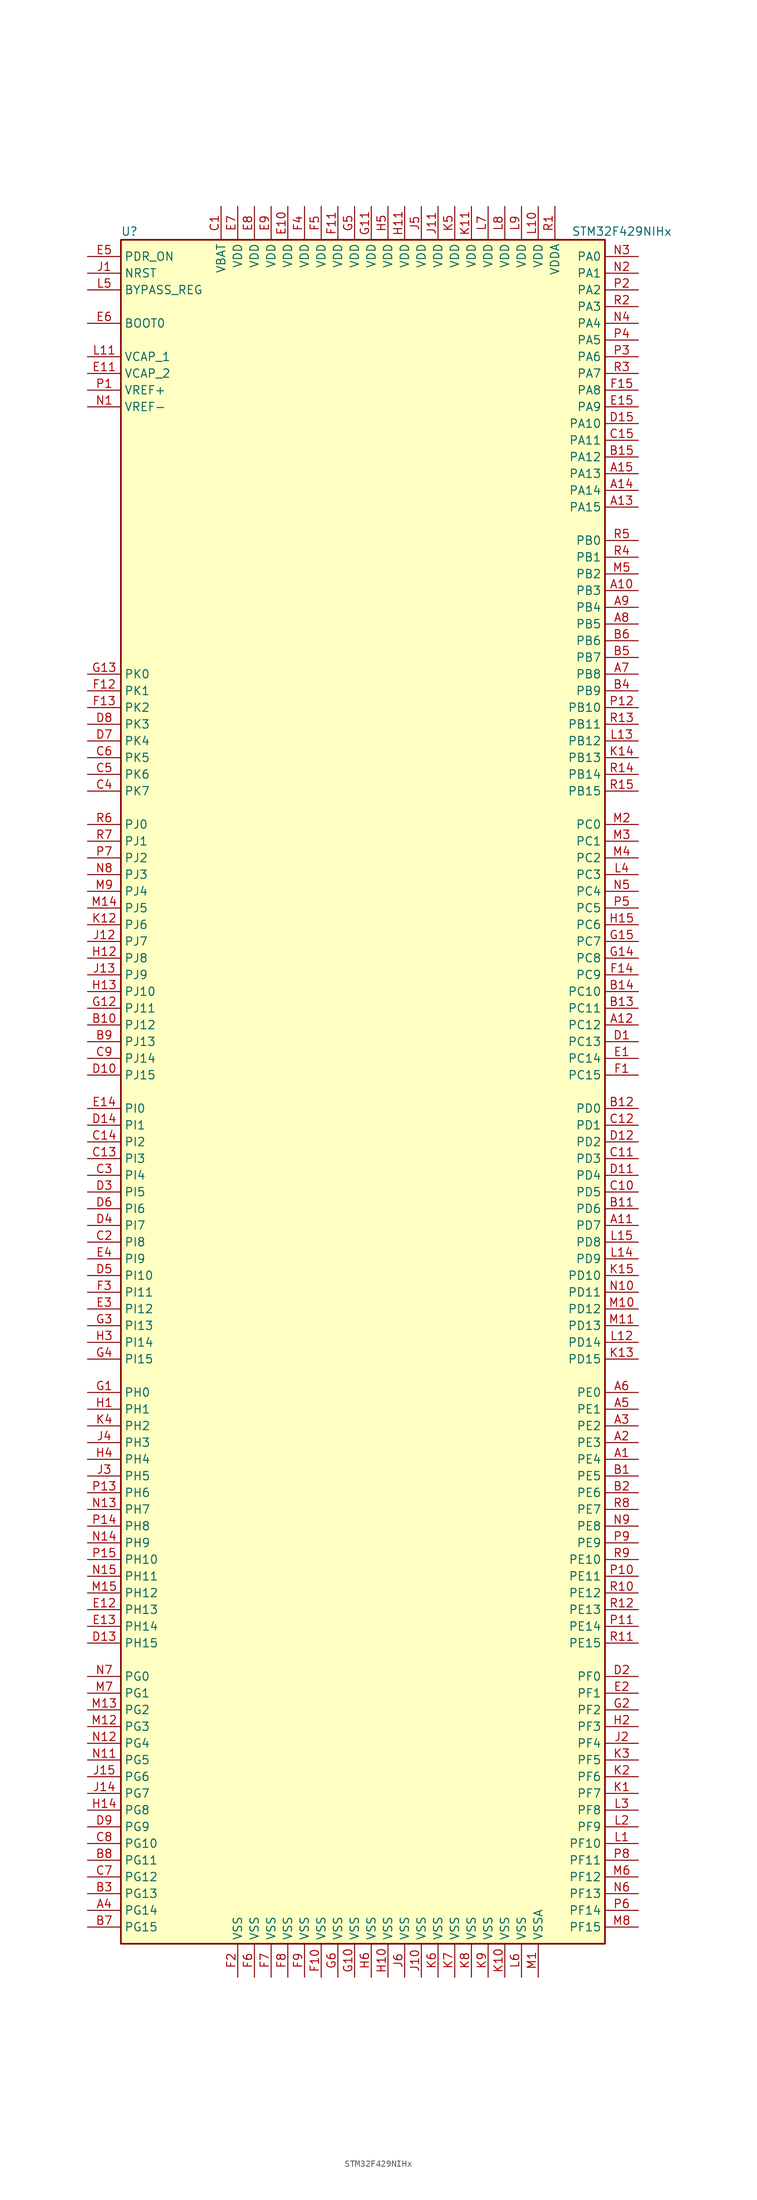
<source format=kicad_sym>
(kicad_symbol_lib
  (version 20201005)
  (generator kicad_symbol_editor)
  (symbol "STM32F429NIHx"
    (property "Reference" "U"
      (at -38.1 130.81 0)
      (effects (font (size 1.27 1.27)) (justify left)))
    (property "Value" "STM32F429NIHx"
      (at 30.48 130.81 0)
      (effects (font (size 1.27 1.27)) (justify left)))
    (symbol "STM32F429NIHx_0_1"
      (rectangle (start -38.1 -129.54) (end 35.56 129.54) (stroke (width 0.254)) (fill (type background))))
    (symbol "STM32F429NIHx_1_1"
      (pin input line (at -43.18 116.84 0) (length 5.08) (name "BOOT0" (effects (font (size 1.27 1.27)))) (number "E6" (effects (font (size 1.27 1.27)))))
      (pin input line (at -43.18 121.92 0) (length 5.08) (name "BYPASS_REG" (effects (font (size 1.27 1.27)))) (number "L5" (effects (font (size 1.27 1.27)))))
      (pin input line (at -43.18 124.46 0) (length 5.08) (name "NRST" (effects (font (size 1.27 1.27)))) (number "J1" (effects (font (size 1.27 1.27)))))
      (pin bidirectional line (at 40.64 127 180) (length 5.08) (name "PA0" (effects (font (size 1.27 1.27)))) (number "N3" (effects (font (size 1.27 1.27)))))
      (pin bidirectional line (at 40.64 124.46 180) (length 5.08) (name "PA1" (effects (font (size 1.27 1.27)))) (number "N2" (effects (font (size 1.27 1.27)))))
      (pin bidirectional line (at 40.64 101.6 180) (length 5.08) (name "PA10" (effects (font (size 1.27 1.27)))) (number "D15" (effects (font (size 1.27 1.27)))))
      (pin bidirectional line (at 40.64 99.06 180) (length 5.08) (name "PA11" (effects (font (size 1.27 1.27)))) (number "C15" (effects (font (size 1.27 1.27)))))
      (pin bidirectional line (at 40.64 96.52 180) (length 5.08) (name "PA12" (effects (font (size 1.27 1.27)))) (number "B15" (effects (font (size 1.27 1.27)))))
      (pin bidirectional line (at 40.64 93.98 180) (length 5.08) (name "PA13" (effects (font (size 1.27 1.27)))) (number "A15" (effects (font (size 1.27 1.27)))))
      (pin bidirectional line (at 40.64 91.44 180) (length 5.08) (name "PA14" (effects (font (size 1.27 1.27)))) (number "A14" (effects (font (size 1.27 1.27)))))
      (pin bidirectional line (at 40.64 88.9 180) (length 5.08) (name "PA15" (effects (font (size 1.27 1.27)))) (number "A13" (effects (font (size 1.27 1.27)))))
      (pin bidirectional line (at 40.64 121.92 180) (length 5.08) (name "PA2" (effects (font (size 1.27 1.27)))) (number "P2" (effects (font (size 1.27 1.27)))))
      (pin bidirectional line (at 40.64 119.38 180) (length 5.08) (name "PA3" (effects (font (size 1.27 1.27)))) (number "R2" (effects (font (size 1.27 1.27)))))
      (pin bidirectional line (at 40.64 116.84 180) (length 5.08) (name "PA4" (effects (font (size 1.27 1.27)))) (number "N4" (effects (font (size 1.27 1.27)))))
      (pin bidirectional line (at 40.64 114.3 180) (length 5.08) (name "PA5" (effects (font (size 1.27 1.27)))) (number "P4" (effects (font (size 1.27 1.27)))))
      (pin bidirectional line (at 40.64 111.76 180) (length 5.08) (name "PA6" (effects (font (size 1.27 1.27)))) (number "P3" (effects (font (size 1.27 1.27)))))
      (pin bidirectional line (at 40.64 109.22 180) (length 5.08) (name "PA7" (effects (font (size 1.27 1.27)))) (number "R3" (effects (font (size 1.27 1.27)))))
      (pin bidirectional line (at 40.64 106.68 180) (length 5.08) (name "PA8" (effects (font (size 1.27 1.27)))) (number "F15" (effects (font (size 1.27 1.27)))))
      (pin bidirectional line (at 40.64 104.14 180) (length 5.08) (name "PA9" (effects (font (size 1.27 1.27)))) (number "E15" (effects (font (size 1.27 1.27)))))
      (pin bidirectional line (at 40.64 83.82 180) (length 5.08) (name "PB0" (effects (font (size 1.27 1.27)))) (number "R5" (effects (font (size 1.27 1.27)))))
      (pin bidirectional line (at 40.64 81.28 180) (length 5.08) (name "PB1" (effects (font (size 1.27 1.27)))) (number "R4" (effects (font (size 1.27 1.27)))))
      (pin bidirectional line (at 40.64 58.42 180) (length 5.08) (name "PB10" (effects (font (size 1.27 1.27)))) (number "P12" (effects (font (size 1.27 1.27)))))
      (pin bidirectional line (at 40.64 55.88 180) (length 5.08) (name "PB11" (effects (font (size 1.27 1.27)))) (number "R13" (effects (font (size 1.27 1.27)))))
      (pin bidirectional line (at 40.64 53.34 180) (length 5.08) (name "PB12" (effects (font (size 1.27 1.27)))) (number "L13" (effects (font (size 1.27 1.27)))))
      (pin bidirectional line (at 40.64 50.8 180) (length 5.08) (name "PB13" (effects (font (size 1.27 1.27)))) (number "K14" (effects (font (size 1.27 1.27)))))
      (pin bidirectional line (at 40.64 48.26 180) (length 5.08) (name "PB14" (effects (font (size 1.27 1.27)))) (number "R14" (effects (font (size 1.27 1.27)))))
      (pin bidirectional line (at 40.64 45.72 180) (length 5.08) (name "PB15" (effects (font (size 1.27 1.27)))) (number "R15" (effects (font (size 1.27 1.27)))))
      (pin bidirectional line (at 40.64 78.74 180) (length 5.08) (name "PB2" (effects (font (size 1.27 1.27)))) (number "M5" (effects (font (size 1.27 1.27)))))
      (pin bidirectional line (at 40.64 76.2 180) (length 5.08) (name "PB3" (effects (font (size 1.27 1.27)))) (number "A10" (effects (font (size 1.27 1.27)))))
      (pin bidirectional line (at 40.64 73.66 180) (length 5.08) (name "PB4" (effects (font (size 1.27 1.27)))) (number "A9" (effects (font (size 1.27 1.27)))))
      (pin bidirectional line (at 40.64 71.12 180) (length 5.08) (name "PB5" (effects (font (size 1.27 1.27)))) (number "A8" (effects (font (size 1.27 1.27)))))
      (pin bidirectional line (at 40.64 68.58 180) (length 5.08) (name "PB6" (effects (font (size 1.27 1.27)))) (number "B6" (effects (font (size 1.27 1.27)))))
      (pin bidirectional line (at 40.64 66.04 180) (length 5.08) (name "PB7" (effects (font (size 1.27 1.27)))) (number "B5" (effects (font (size 1.27 1.27)))))
      (pin bidirectional line (at 40.64 63.5 180) (length 5.08) (name "PB8" (effects (font (size 1.27 1.27)))) (number "A7" (effects (font (size 1.27 1.27)))))
      (pin bidirectional line (at 40.64 60.96 180) (length 5.08) (name "PB9" (effects (font (size 1.27 1.27)))) (number "B4" (effects (font (size 1.27 1.27)))))
      (pin bidirectional line (at 40.64 40.64 180) (length 5.08) (name "PC0" (effects (font (size 1.27 1.27)))) (number "M2" (effects (font (size 1.27 1.27)))))
      (pin bidirectional line (at 40.64 38.1 180) (length 5.08) (name "PC1" (effects (font (size 1.27 1.27)))) (number "M3" (effects (font (size 1.27 1.27)))))
      (pin bidirectional line (at 40.64 15.24 180) (length 5.08) (name "PC10" (effects (font (size 1.27 1.27)))) (number "B14" (effects (font (size 1.27 1.27)))))
      (pin bidirectional line (at 40.64 12.7 180) (length 5.08) (name "PC11" (effects (font (size 1.27 1.27)))) (number "B13" (effects (font (size 1.27 1.27)))))
      (pin bidirectional line (at 40.64 10.16 180) (length 5.08) (name "PC12" (effects (font (size 1.27 1.27)))) (number "A12" (effects (font (size 1.27 1.27)))))
      (pin bidirectional line (at 40.64 7.62 180) (length 5.08) (name "PC13" (effects (font (size 1.27 1.27)))) (number "D1" (effects (font (size 1.27 1.27)))))
      (pin bidirectional line (at 40.64 5.08 180) (length 5.08) (name "PC14" (effects (font (size 1.27 1.27)))) (number "E1" (effects (font (size 1.27 1.27)))))
      (pin bidirectional line (at 40.64 2.54 180) (length 5.08) (name "PC15" (effects (font (size 1.27 1.27)))) (number "F1" (effects (font (size 1.27 1.27)))))
      (pin bidirectional line (at 40.64 35.56 180) (length 5.08) (name "PC2" (effects (font (size 1.27 1.27)))) (number "M4" (effects (font (size 1.27 1.27)))))
      (pin bidirectional line (at 40.64 33.02 180) (length 5.08) (name "PC3" (effects (font (size 1.27 1.27)))) (number "L4" (effects (font (size 1.27 1.27)))))
      (pin bidirectional line (at 40.64 30.48 180) (length 5.08) (name "PC4" (effects (font (size 1.27 1.27)))) (number "N5" (effects (font (size 1.27 1.27)))))
      (pin bidirectional line (at 40.64 27.94 180) (length 5.08) (name "PC5" (effects (font (size 1.27 1.27)))) (number "P5" (effects (font (size 1.27 1.27)))))
      (pin bidirectional line (at 40.64 25.4 180) (length 5.08) (name "PC6" (effects (font (size 1.27 1.27)))) (number "H15" (effects (font (size 1.27 1.27)))))
      (pin bidirectional line (at 40.64 22.86 180) (length 5.08) (name "PC7" (effects (font (size 1.27 1.27)))) (number "G15" (effects (font (size 1.27 1.27)))))
      (pin bidirectional line (at 40.64 20.32 180) (length 5.08) (name "PC8" (effects (font (size 1.27 1.27)))) (number "G14" (effects (font (size 1.27 1.27)))))
      (pin bidirectional line (at 40.64 17.78 180) (length 5.08) (name "PC9" (effects (font (size 1.27 1.27)))) (number "F14" (effects (font (size 1.27 1.27)))))
      (pin bidirectional line (at 40.64 -2.54 180) (length 5.08) (name "PD0" (effects (font (size 1.27 1.27)))) (number "B12" (effects (font (size 1.27 1.27)))))
      (pin bidirectional line (at 40.64 -5.08 180) (length 5.08) (name "PD1" (effects (font (size 1.27 1.27)))) (number "C12" (effects (font (size 1.27 1.27)))))
      (pin bidirectional line (at 40.64 -27.94 180) (length 5.08) (name "PD10" (effects (font (size 1.27 1.27)))) (number "K15" (effects (font (size 1.27 1.27)))))
      (pin bidirectional line (at 40.64 -30.48 180) (length 5.08) (name "PD11" (effects (font (size 1.27 1.27)))) (number "N10" (effects (font (size 1.27 1.27)))))
      (pin bidirectional line (at 40.64 -33.02 180) (length 5.08) (name "PD12" (effects (font (size 1.27 1.27)))) (number "M10" (effects (font (size 1.27 1.27)))))
      (pin bidirectional line (at 40.64 -35.56 180) (length 5.08) (name "PD13" (effects (font (size 1.27 1.27)))) (number "M11" (effects (font (size 1.27 1.27)))))
      (pin bidirectional line (at 40.64 -38.1 180) (length 5.08) (name "PD14" (effects (font (size 1.27 1.27)))) (number "L12" (effects (font (size 1.27 1.27)))))
      (pin bidirectional line (at 40.64 -40.64 180) (length 5.08) (name "PD15" (effects (font (size 1.27 1.27)))) (number "K13" (effects (font (size 1.27 1.27)))))
      (pin bidirectional line (at 40.64 -7.62 180) (length 5.08) (name "PD2" (effects (font (size 1.27 1.27)))) (number "D12" (effects (font (size 1.27 1.27)))))
      (pin bidirectional line (at 40.64 -10.16 180) (length 5.08) (name "PD3" (effects (font (size 1.27 1.27)))) (number "C11" (effects (font (size 1.27 1.27)))))
      (pin bidirectional line (at 40.64 -12.7 180) (length 5.08) (name "PD4" (effects (font (size 1.27 1.27)))) (number "D11" (effects (font (size 1.27 1.27)))))
      (pin bidirectional line (at 40.64 -15.24 180) (length 5.08) (name "PD5" (effects (font (size 1.27 1.27)))) (number "C10" (effects (font (size 1.27 1.27)))))
      (pin bidirectional line (at 40.64 -17.78 180) (length 5.08) (name "PD6" (effects (font (size 1.27 1.27)))) (number "B11" (effects (font (size 1.27 1.27)))))
      (pin bidirectional line (at 40.64 -20.32 180) (length 5.08) (name "PD7" (effects (font (size 1.27 1.27)))) (number "A11" (effects (font (size 1.27 1.27)))))
      (pin bidirectional line (at 40.64 -22.86 180) (length 5.08) (name "PD8" (effects (font (size 1.27 1.27)))) (number "L15" (effects (font (size 1.27 1.27)))))
      (pin bidirectional line (at 40.64 -25.4 180) (length 5.08) (name "PD9" (effects (font (size 1.27 1.27)))) (number "L14" (effects (font (size 1.27 1.27)))))
      (pin input line (at -43.18 127 0) (length 5.08) (name "PDR_ON" (effects (font (size 1.27 1.27)))) (number "E5" (effects (font (size 1.27 1.27)))))
      (pin bidirectional line (at 40.64 -45.72 180) (length 5.08) (name "PE0" (effects (font (size 1.27 1.27)))) (number "A6" (effects (font (size 1.27 1.27)))))
      (pin bidirectional line (at 40.64 -48.26 180) (length 5.08) (name "PE1" (effects (font (size 1.27 1.27)))) (number "A5" (effects (font (size 1.27 1.27)))))
      (pin bidirectional line (at 40.64 -71.12 180) (length 5.08) (name "PE10" (effects (font (size 1.27 1.27)))) (number "R9" (effects (font (size 1.27 1.27)))))
      (pin bidirectional line (at 40.64 -73.66 180) (length 5.08) (name "PE11" (effects (font (size 1.27 1.27)))) (number "P10" (effects (font (size 1.27 1.27)))))
      (pin bidirectional line (at 40.64 -76.2 180) (length 5.08) (name "PE12" (effects (font (size 1.27 1.27)))) (number "R10" (effects (font (size 1.27 1.27)))))
      (pin bidirectional line (at 40.64 -78.74 180) (length 5.08) (name "PE13" (effects (font (size 1.27 1.27)))) (number "R12" (effects (font (size 1.27 1.27)))))
      (pin bidirectional line (at 40.64 -81.28 180) (length 5.08) (name "PE14" (effects (font (size 1.27 1.27)))) (number "P11" (effects (font (size 1.27 1.27)))))
      (pin bidirectional line (at 40.64 -83.82 180) (length 5.08) (name "PE15" (effects (font (size 1.27 1.27)))) (number "R11" (effects (font (size 1.27 1.27)))))
      (pin bidirectional line (at 40.64 -50.8 180) (length 5.08) (name "PE2" (effects (font (size 1.27 1.27)))) (number "A3" (effects (font (size 1.27 1.27)))))
      (pin bidirectional line (at 40.64 -53.34 180) (length 5.08) (name "PE3" (effects (font (size 1.27 1.27)))) (number "A2" (effects (font (size 1.27 1.27)))))
      (pin bidirectional line (at 40.64 -55.88 180) (length 5.08) (name "PE4" (effects (font (size 1.27 1.27)))) (number "A1" (effects (font (size 1.27 1.27)))))
      (pin bidirectional line (at 40.64 -58.42 180) (length 5.08) (name "PE5" (effects (font (size 1.27 1.27)))) (number "B1" (effects (font (size 1.27 1.27)))))
      (pin bidirectional line (at 40.64 -60.96 180) (length 5.08) (name "PE6" (effects (font (size 1.27 1.27)))) (number "B2" (effects (font (size 1.27 1.27)))))
      (pin bidirectional line (at 40.64 -63.5 180) (length 5.08) (name "PE7" (effects (font (size 1.27 1.27)))) (number "R8" (effects (font (size 1.27 1.27)))))
      (pin bidirectional line (at 40.64 -66.04 180) (length 5.08) (name "PE8" (effects (font (size 1.27 1.27)))) (number "N9" (effects (font (size 1.27 1.27)))))
      (pin bidirectional line (at 40.64 -68.58 180) (length 5.08) (name "PE9" (effects (font (size 1.27 1.27)))) (number "P9" (effects (font (size 1.27 1.27)))))
      (pin bidirectional line (at 40.64 -88.9 180) (length 5.08) (name "PF0" (effects (font (size 1.27 1.27)))) (number "D2" (effects (font (size 1.27 1.27)))))
      (pin bidirectional line (at 40.64 -91.44 180) (length 5.08) (name "PF1" (effects (font (size 1.27 1.27)))) (number "E2" (effects (font (size 1.27 1.27)))))
      (pin bidirectional line (at 40.64 -114.3 180) (length 5.08) (name "PF10" (effects (font (size 1.27 1.27)))) (number "L1" (effects (font (size 1.27 1.27)))))
      (pin bidirectional line (at 40.64 -116.84 180) (length 5.08) (name "PF11" (effects (font (size 1.27 1.27)))) (number "P8" (effects (font (size 1.27 1.27)))))
      (pin bidirectional line (at 40.64 -119.38 180) (length 5.08) (name "PF12" (effects (font (size 1.27 1.27)))) (number "M6" (effects (font (size 1.27 1.27)))))
      (pin bidirectional line (at 40.64 -121.92 180) (length 5.08) (name "PF13" (effects (font (size 1.27 1.27)))) (number "N6" (effects (font (size 1.27 1.27)))))
      (pin bidirectional line (at 40.64 -124.46 180) (length 5.08) (name "PF14" (effects (font (size 1.27 1.27)))) (number "P6" (effects (font (size 1.27 1.27)))))
      (pin bidirectional line (at 40.64 -127 180) (length 5.08) (name "PF15" (effects (font (size 1.27 1.27)))) (number "M8" (effects (font (size 1.27 1.27)))))
      (pin bidirectional line (at 40.64 -93.98 180) (length 5.08) (name "PF2" (effects (font (size 1.27 1.27)))) (number "G2" (effects (font (size 1.27 1.27)))))
      (pin bidirectional line (at 40.64 -96.52 180) (length 5.08) (name "PF3" (effects (font (size 1.27 1.27)))) (number "H2" (effects (font (size 1.27 1.27)))))
      (pin bidirectional line (at 40.64 -99.06 180) (length 5.08) (name "PF4" (effects (font (size 1.27 1.27)))) (number "J2" (effects (font (size 1.27 1.27)))))
      (pin bidirectional line (at 40.64 -101.6 180) (length 5.08) (name "PF5" (effects (font (size 1.27 1.27)))) (number "K3" (effects (font (size 1.27 1.27)))))
      (pin bidirectional line (at 40.64 -104.14 180) (length 5.08) (name "PF6" (effects (font (size 1.27 1.27)))) (number "K2" (effects (font (size 1.27 1.27)))))
      (pin bidirectional line (at 40.64 -106.68 180) (length 5.08) (name "PF7" (effects (font (size 1.27 1.27)))) (number "K1" (effects (font (size 1.27 1.27)))))
      (pin bidirectional line (at 40.64 -109.22 180) (length 5.08) (name "PF8" (effects (font (size 1.27 1.27)))) (number "L3" (effects (font (size 1.27 1.27)))))
      (pin bidirectional line (at 40.64 -111.76 180) (length 5.08) (name "PF9" (effects (font (size 1.27 1.27)))) (number "L2" (effects (font (size 1.27 1.27)))))
      (pin bidirectional line (at -43.18 -88.9 0) (length 5.08) (name "PG0" (effects (font (size 1.27 1.27)))) (number "N7" (effects (font (size 1.27 1.27)))))
      (pin bidirectional line (at -43.18 -91.44 0) (length 5.08) (name "PG1" (effects (font (size 1.27 1.27)))) (number "M7" (effects (font (size 1.27 1.27)))))
      (pin bidirectional line (at -43.18 -114.3 0) (length 5.08) (name "PG10" (effects (font (size 1.27 1.27)))) (number "C8" (effects (font (size 1.27 1.27)))))
      (pin bidirectional line (at -43.18 -116.84 0) (length 5.08) (name "PG11" (effects (font (size 1.27 1.27)))) (number "B8" (effects (font (size 1.27 1.27)))))
      (pin bidirectional line (at -43.18 -119.38 0) (length 5.08) (name "PG12" (effects (font (size 1.27 1.27)))) (number "C7" (effects (font (size 1.27 1.27)))))
      (pin bidirectional line (at -43.18 -121.92 0) (length 5.08) (name "PG13" (effects (font (size 1.27 1.27)))) (number "B3" (effects (font (size 1.27 1.27)))))
      (pin bidirectional line (at -43.18 -124.46 0) (length 5.08) (name "PG14" (effects (font (size 1.27 1.27)))) (number "A4" (effects (font (size 1.27 1.27)))))
      (pin bidirectional line (at -43.18 -127 0) (length 5.08) (name "PG15" (effects (font (size 1.27 1.27)))) (number "B7" (effects (font (size 1.27 1.27)))))
      (pin bidirectional line (at -43.18 -93.98 0) (length 5.08) (name "PG2" (effects (font (size 1.27 1.27)))) (number "M13" (effects (font (size 1.27 1.27)))))
      (pin bidirectional line (at -43.18 -96.52 0) (length 5.08) (name "PG3" (effects (font (size 1.27 1.27)))) (number "M12" (effects (font (size 1.27 1.27)))))
      (pin bidirectional line (at -43.18 -99.06 0) (length 5.08) (name "PG4" (effects (font (size 1.27 1.27)))) (number "N12" (effects (font (size 1.27 1.27)))))
      (pin bidirectional line (at -43.18 -101.6 0) (length 5.08) (name "PG5" (effects (font (size 1.27 1.27)))) (number "N11" (effects (font (size 1.27 1.27)))))
      (pin bidirectional line (at -43.18 -104.14 0) (length 5.08) (name "PG6" (effects (font (size 1.27 1.27)))) (number "J15" (effects (font (size 1.27 1.27)))))
      (pin bidirectional line (at -43.18 -106.68 0) (length 5.08) (name "PG7" (effects (font (size 1.27 1.27)))) (number "J14" (effects (font (size 1.27 1.27)))))
      (pin bidirectional line (at -43.18 -109.22 0) (length 5.08) (name "PG8" (effects (font (size 1.27 1.27)))) (number "H14" (effects (font (size 1.27 1.27)))))
      (pin bidirectional line (at -43.18 -111.76 0) (length 5.08) (name "PG9" (effects (font (size 1.27 1.27)))) (number "D9" (effects (font (size 1.27 1.27)))))
      (pin input line (at -43.18 -45.72 0) (length 5.08) (name "PH0" (effects (font (size 1.27 1.27)))) (number "G1" (effects (font (size 1.27 1.27)))))
      (pin input line (at -43.18 -48.26 0) (length 5.08) (name "PH1" (effects (font (size 1.27 1.27)))) (number "H1" (effects (font (size 1.27 1.27)))))
      (pin bidirectional line (at -43.18 -71.12 0) (length 5.08) (name "PH10" (effects (font (size 1.27 1.27)))) (number "P15" (effects (font (size 1.27 1.27)))))
      (pin bidirectional line (at -43.18 -73.66 0) (length 5.08) (name "PH11" (effects (font (size 1.27 1.27)))) (number "N15" (effects (font (size 1.27 1.27)))))
      (pin bidirectional line (at -43.18 -76.2 0) (length 5.08) (name "PH12" (effects (font (size 1.27 1.27)))) (number "M15" (effects (font (size 1.27 1.27)))))
      (pin bidirectional line (at -43.18 -78.74 0) (length 5.08) (name "PH13" (effects (font (size 1.27 1.27)))) (number "E12" (effects (font (size 1.27 1.27)))))
      (pin bidirectional line (at -43.18 -81.28 0) (length 5.08) (name "PH14" (effects (font (size 1.27 1.27)))) (number "E13" (effects (font (size 1.27 1.27)))))
      (pin bidirectional line (at -43.18 -83.82 0) (length 5.08) (name "PH15" (effects (font (size 1.27 1.27)))) (number "D13" (effects (font (size 1.27 1.27)))))
      (pin bidirectional line (at -43.18 -50.8 0) (length 5.08) (name "PH2" (effects (font (size 1.27 1.27)))) (number "K4" (effects (font (size 1.27 1.27)))))
      (pin bidirectional line (at -43.18 -53.34 0) (length 5.08) (name "PH3" (effects (font (size 1.27 1.27)))) (number "J4" (effects (font (size 1.27 1.27)))))
      (pin bidirectional line (at -43.18 -55.88 0) (length 5.08) (name "PH4" (effects (font (size 1.27 1.27)))) (number "H4" (effects (font (size 1.27 1.27)))))
      (pin bidirectional line (at -43.18 -58.42 0) (length 5.08) (name "PH5" (effects (font (size 1.27 1.27)))) (number "J3" (effects (font (size 1.27 1.27)))))
      (pin bidirectional line (at -43.18 -60.96 0) (length 5.08) (name "PH6" (effects (font (size 1.27 1.27)))) (number "P13" (effects (font (size 1.27 1.27)))))
      (pin bidirectional line (at -43.18 -63.5 0) (length 5.08) (name "PH7" (effects (font (size 1.27 1.27)))) (number "N13" (effects (font (size 1.27 1.27)))))
      (pin bidirectional line (at -43.18 -66.04 0) (length 5.08) (name "PH8" (effects (font (size 1.27 1.27)))) (number "P14" (effects (font (size 1.27 1.27)))))
      (pin bidirectional line (at -43.18 -68.58 0) (length 5.08) (name "PH9" (effects (font (size 1.27 1.27)))) (number "N14" (effects (font (size 1.27 1.27)))))
      (pin bidirectional line (at -43.18 -2.54 0) (length 5.08) (name "PI0" (effects (font (size 1.27 1.27)))) (number "E14" (effects (font (size 1.27 1.27)))))
      (pin bidirectional line (at -43.18 -5.08 0) (length 5.08) (name "PI1" (effects (font (size 1.27 1.27)))) (number "D14" (effects (font (size 1.27 1.27)))))
      (pin bidirectional line (at -43.18 -27.94 0) (length 5.08) (name "PI10" (effects (font (size 1.27 1.27)))) (number "D5" (effects (font (size 1.27 1.27)))))
      (pin bidirectional line (at -43.18 -30.48 0) (length 5.08) (name "PI11" (effects (font (size 1.27 1.27)))) (number "F3" (effects (font (size 1.27 1.27)))))
      (pin bidirectional line (at -43.18 -33.02 0) (length 5.08) (name "PI12" (effects (font (size 1.27 1.27)))) (number "E3" (effects (font (size 1.27 1.27)))))
      (pin bidirectional line (at -43.18 -35.56 0) (length 5.08) (name "PI13" (effects (font (size 1.27 1.27)))) (number "G3" (effects (font (size 1.27 1.27)))))
      (pin bidirectional line (at -43.18 -38.1 0) (length 5.08) (name "PI14" (effects (font (size 1.27 1.27)))) (number "H3" (effects (font (size 1.27 1.27)))))
      (pin bidirectional line (at -43.18 -40.64 0) (length 5.08) (name "PI15" (effects (font (size 1.27 1.27)))) (number "G4" (effects (font (size 1.27 1.27)))))
      (pin bidirectional line (at -43.18 -7.62 0) (length 5.08) (name "PI2" (effects (font (size 1.27 1.27)))) (number "C14" (effects (font (size 1.27 1.27)))))
      (pin bidirectional line (at -43.18 -10.16 0) (length 5.08) (name "PI3" (effects (font (size 1.27 1.27)))) (number "C13" (effects (font (size 1.27 1.27)))))
      (pin bidirectional line (at -43.18 -12.7 0) (length 5.08) (name "PI4" (effects (font (size 1.27 1.27)))) (number "C3" (effects (font (size 1.27 1.27)))))
      (pin bidirectional line (at -43.18 -15.24 0) (length 5.08) (name "PI5" (effects (font (size 1.27 1.27)))) (number "D3" (effects (font (size 1.27 1.27)))))
      (pin bidirectional line (at -43.18 -17.78 0) (length 5.08) (name "PI6" (effects (font (size 1.27 1.27)))) (number "D6" (effects (font (size 1.27 1.27)))))
      (pin bidirectional line (at -43.18 -20.32 0) (length 5.08) (name "PI7" (effects (font (size 1.27 1.27)))) (number "D4" (effects (font (size 1.27 1.27)))))
      (pin bidirectional line (at -43.18 -22.86 0) (length 5.08) (name "PI8" (effects (font (size 1.27 1.27)))) (number "C2" (effects (font (size 1.27 1.27)))))
      (pin bidirectional line (at -43.18 -25.4 0) (length 5.08) (name "PI9" (effects (font (size 1.27 1.27)))) (number "E4" (effects (font (size 1.27 1.27)))))
      (pin bidirectional line (at -43.18 40.64 0) (length 5.08) (name "PJ0" (effects (font (size 1.27 1.27)))) (number "R6" (effects (font (size 1.27 1.27)))))
      (pin bidirectional line (at -43.18 38.1 0) (length 5.08) (name "PJ1" (effects (font (size 1.27 1.27)))) (number "R7" (effects (font (size 1.27 1.27)))))
      (pin bidirectional line (at -43.18 15.24 0) (length 5.08) (name "PJ10" (effects (font (size 1.27 1.27)))) (number "H13" (effects (font (size 1.27 1.27)))))
      (pin bidirectional line (at -43.18 12.7 0) (length 5.08) (name "PJ11" (effects (font (size 1.27 1.27)))) (number "G12" (effects (font (size 1.27 1.27)))))
      (pin bidirectional line (at -43.18 10.16 0) (length 5.08) (name "PJ12" (effects (font (size 1.27 1.27)))) (number "B10" (effects (font (size 1.27 1.27)))))
      (pin bidirectional line (at -43.18 7.62 0) (length 5.08) (name "PJ13" (effects (font (size 1.27 1.27)))) (number "B9" (effects (font (size 1.27 1.27)))))
      (pin bidirectional line (at -43.18 5.08 0) (length 5.08) (name "PJ14" (effects (font (size 1.27 1.27)))) (number "C9" (effects (font (size 1.27 1.27)))))
      (pin bidirectional line (at -43.18 2.54 0) (length 5.08) (name "PJ15" (effects (font (size 1.27 1.27)))) (number "D10" (effects (font (size 1.27 1.27)))))
      (pin bidirectional line (at -43.18 35.56 0) (length 5.08) (name "PJ2" (effects (font (size 1.27 1.27)))) (number "P7" (effects (font (size 1.27 1.27)))))
      (pin bidirectional line (at -43.18 33.02 0) (length 5.08) (name "PJ3" (effects (font (size 1.27 1.27)))) (number "N8" (effects (font (size 1.27 1.27)))))
      (pin bidirectional line (at -43.18 30.48 0) (length 5.08) (name "PJ4" (effects (font (size 1.27 1.27)))) (number "M9" (effects (font (size 1.27 1.27)))))
      (pin bidirectional line (at -43.18 27.94 0) (length 5.08) (name "PJ5" (effects (font (size 1.27 1.27)))) (number "M14" (effects (font (size 1.27 1.27)))))
      (pin bidirectional line (at -43.18 25.4 0) (length 5.08) (name "PJ6" (effects (font (size 1.27 1.27)))) (number "K12" (effects (font (size 1.27 1.27)))))
      (pin bidirectional line (at -43.18 22.86 0) (length 5.08) (name "PJ7" (effects (font (size 1.27 1.27)))) (number "J12" (effects (font (size 1.27 1.27)))))
      (pin bidirectional line (at -43.18 20.32 0) (length 5.08) (name "PJ8" (effects (font (size 1.27 1.27)))) (number "H12" (effects (font (size 1.27 1.27)))))
      (pin bidirectional line (at -43.18 17.78 0) (length 5.08) (name "PJ9" (effects (font (size 1.27 1.27)))) (number "J13" (effects (font (size 1.27 1.27)))))
      (pin bidirectional line (at -43.18 63.5 0) (length 5.08) (name "PK0" (effects (font (size 1.27 1.27)))) (number "G13" (effects (font (size 1.27 1.27)))))
      (pin bidirectional line (at -43.18 60.96 0) (length 5.08) (name "PK1" (effects (font (size 1.27 1.27)))) (number "F12" (effects (font (size 1.27 1.27)))))
      (pin bidirectional line (at -43.18 58.42 0) (length 5.08) (name "PK2" (effects (font (size 1.27 1.27)))) (number "F13" (effects (font (size 1.27 1.27)))))
      (pin bidirectional line (at -43.18 55.88 0) (length 5.08) (name "PK3" (effects (font (size 1.27 1.27)))) (number "D8" (effects (font (size 1.27 1.27)))))
      (pin bidirectional line (at -43.18 53.34 0) (length 5.08) (name "PK4" (effects (font (size 1.27 1.27)))) (number "D7" (effects (font (size 1.27 1.27)))))
      (pin bidirectional line (at -43.18 50.8 0) (length 5.08) (name "PK5" (effects (font (size 1.27 1.27)))) (number "C6" (effects (font (size 1.27 1.27)))))
      (pin bidirectional line (at -43.18 48.26 0) (length 5.08) (name "PK6" (effects (font (size 1.27 1.27)))) (number "C5" (effects (font (size 1.27 1.27)))))
      (pin bidirectional line (at -43.18 45.72 0) (length 5.08) (name "PK7" (effects (font (size 1.27 1.27)))) (number "C4" (effects (font (size 1.27 1.27)))))
      (pin power_in line (at -22.86 134.62 270) (length 5.08) (name "VBAT" (effects (font (size 1.27 1.27)))) (number "C1" (effects (font (size 1.27 1.27)))))
      (pin power_in line (at -43.18 111.76 0) (length 5.08) (name "VCAP_1" (effects (font (size 1.27 1.27)))) (number "L11" (effects (font (size 1.27 1.27)))))
      (pin power_in line (at -43.18 109.22 0) (length 5.08) (name "VCAP_2" (effects (font (size 1.27 1.27)))) (number "E11" (effects (font (size 1.27 1.27)))))
      (pin power_in line (at -12.7 134.62 270) (length 5.08) (name "VDD" (effects (font (size 1.27 1.27)))) (number "E10" (effects (font (size 1.27 1.27)))))
      (pin power_in line (at -20.32 134.62 270) (length 5.08) (name "VDD" (effects (font (size 1.27 1.27)))) (number "E7" (effects (font (size 1.27 1.27)))))
      (pin power_in line (at -17.78 134.62 270) (length 5.08) (name "VDD" (effects (font (size 1.27 1.27)))) (number "E8" (effects (font (size 1.27 1.27)))))
      (pin power_in line (at -15.24 134.62 270) (length 5.08) (name "VDD" (effects (font (size 1.27 1.27)))) (number "E9" (effects (font (size 1.27 1.27)))))
      (pin power_in line (at -5.08 134.62 270) (length 5.08) (name "VDD" (effects (font (size 1.27 1.27)))) (number "F11" (effects (font (size 1.27 1.27)))))
      (pin power_in line (at -10.16 134.62 270) (length 5.08) (name "VDD" (effects (font (size 1.27 1.27)))) (number "F4" (effects (font (size 1.27 1.27)))))
      (pin power_in line (at -7.62 134.62 270) (length 5.08) (name "VDD" (effects (font (size 1.27 1.27)))) (number "F5" (effects (font (size 1.27 1.27)))))
      (pin power_in line (at 0 134.62 270) (length 5.08) (name "VDD" (effects (font (size 1.27 1.27)))) (number "G11" (effects (font (size 1.27 1.27)))))
      (pin power_in line (at -2.54 134.62 270) (length 5.08) (name "VDD" (effects (font (size 1.27 1.27)))) (number "G5" (effects (font (size 1.27 1.27)))))
      (pin power_in line (at 5.08 134.62 270) (length 5.08) (name "VDD" (effects (font (size 1.27 1.27)))) (number "H11" (effects (font (size 1.27 1.27)))))
      (pin power_in line (at 2.54 134.62 270) (length 5.08) (name "VDD" (effects (font (size 1.27 1.27)))) (number "H5" (effects (font (size 1.27 1.27)))))
      (pin power_in line (at 10.16 134.62 270) (length 5.08) (name "VDD" (effects (font (size 1.27 1.27)))) (number "J11" (effects (font (size 1.27 1.27)))))
      (pin power_in line (at 7.62 134.62 270) (length 5.08) (name "VDD" (effects (font (size 1.27 1.27)))) (number "J5" (effects (font (size 1.27 1.27)))))
      (pin power_in line (at 15.24 134.62 270) (length 5.08) (name "VDD" (effects (font (size 1.27 1.27)))) (number "K11" (effects (font (size 1.27 1.27)))))
      (pin power_in line (at 12.7 134.62 270) (length 5.08) (name "VDD" (effects (font (size 1.27 1.27)))) (number "K5" (effects (font (size 1.27 1.27)))))
      (pin power_in line (at 25.4 134.62 270) (length 5.08) (name "VDD" (effects (font (size 1.27 1.27)))) (number "L10" (effects (font (size 1.27 1.27)))))
      (pin power_in line (at 17.78 134.62 270) (length 5.08) (name "VDD" (effects (font (size 1.27 1.27)))) (number "L7" (effects (font (size 1.27 1.27)))))
      (pin power_in line (at 20.32 134.62 270) (length 5.08) (name "VDD" (effects (font (size 1.27 1.27)))) (number "L8" (effects (font (size 1.27 1.27)))))
      (pin power_in line (at 22.86 134.62 270) (length 5.08) (name "VDD" (effects (font (size 1.27 1.27)))) (number "L9" (effects (font (size 1.27 1.27)))))
      (pin power_in line (at 27.94 134.62 270) (length 5.08) (name "VDDA" (effects (font (size 1.27 1.27)))) (number "R1" (effects (font (size 1.27 1.27)))))
      (pin power_in line (at -43.18 106.68 0) (length 5.08) (name "VREF+" (effects (font (size 1.27 1.27)))) (number "P1" (effects (font (size 1.27 1.27)))))
      (pin power_in line (at -43.18 104.14 0) (length 5.08) (name "VREF-" (effects (font (size 1.27 1.27)))) (number "N1" (effects (font (size 1.27 1.27)))))
      (pin power_in line (at -7.62 -134.62 90) (length 5.08) (name "VSS" (effects (font (size 1.27 1.27)))) (number "F10" (effects (font (size 1.27 1.27)))))
      (pin power_in line (at -20.32 -134.62 90) (length 5.08) (name "VSS" (effects (font (size 1.27 1.27)))) (number "F2" (effects (font (size 1.27 1.27)))))
      (pin power_in line (at -17.78 -134.62 90) (length 5.08) (name "VSS" (effects (font (size 1.27 1.27)))) (number "F6" (effects (font (size 1.27 1.27)))))
      (pin power_in line (at -15.24 -134.62 90) (length 5.08) (name "VSS" (effects (font (size 1.27 1.27)))) (number "F7" (effects (font (size 1.27 1.27)))))
      (pin power_in line (at -12.7 -134.62 90) (length 5.08) (name "VSS" (effects (font (size 1.27 1.27)))) (number "F8" (effects (font (size 1.27 1.27)))))
      (pin power_in line (at -10.16 -134.62 90) (length 5.08) (name "VSS" (effects (font (size 1.27 1.27)))) (number "F9" (effects (font (size 1.27 1.27)))))
      (pin power_in line (at -2.54 -134.62 90) (length 5.08) (name "VSS" (effects (font (size 1.27 1.27)))) (number "G10" (effects (font (size 1.27 1.27)))))
      (pin power_in line (at -5.08 -134.62 90) (length 5.08) (name "VSS" (effects (font (size 1.27 1.27)))) (number "G6" (effects (font (size 1.27 1.27)))))
      (pin power_in line (at 2.54 -134.62 90) (length 5.08) (name "VSS" (effects (font (size 1.27 1.27)))) (number "H10" (effects (font (size 1.27 1.27)))))
      (pin power_in line (at 0 -134.62 90) (length 5.08) (name "VSS" (effects (font (size 1.27 1.27)))) (number "H6" (effects (font (size 1.27 1.27)))))
      (pin power_in line (at 7.62 -134.62 90) (length 5.08) (name "VSS" (effects (font (size 1.27 1.27)))) (number "J10" (effects (font (size 1.27 1.27)))))
      (pin power_in line (at 5.08 -134.62 90) (length 5.08) (name "VSS" (effects (font (size 1.27 1.27)))) (number "J6" (effects (font (size 1.27 1.27)))))
      (pin power_in line (at 20.32 -134.62 90) (length 5.08) (name "VSS" (effects (font (size 1.27 1.27)))) (number "K10" (effects (font (size 1.27 1.27)))))
      (pin power_in line (at 10.16 -134.62 90) (length 5.08) (name "VSS" (effects (font (size 1.27 1.27)))) (number "K6" (effects (font (size 1.27 1.27)))))
      (pin power_in line (at 12.7 -134.62 90) (length 5.08) (name "VSS" (effects (font (size 1.27 1.27)))) (number "K7" (effects (font (size 1.27 1.27)))))
      (pin power_in line (at 15.24 -134.62 90) (length 5.08) (name "VSS" (effects (font (size 1.27 1.27)))) (number "K8" (effects (font (size 1.27 1.27)))))
      (pin power_in line (at 17.78 -134.62 90) (length 5.08) (name "VSS" (effects (font (size 1.27 1.27)))) (number "K9" (effects (font (size 1.27 1.27)))))
      (pin power_in line (at 22.86 -134.62 90) (length 5.08) (name "VSS" (effects (font (size 1.27 1.27)))) (number "L6" (effects (font (size 1.27 1.27)))))
      (pin power_in line (at 25.4 -134.62 90) (length 5.08) (name "VSSA" (effects (font (size 1.27 1.27)))) (number "M1" (effects (font (size 1.27 1.27))))))))
</source>
